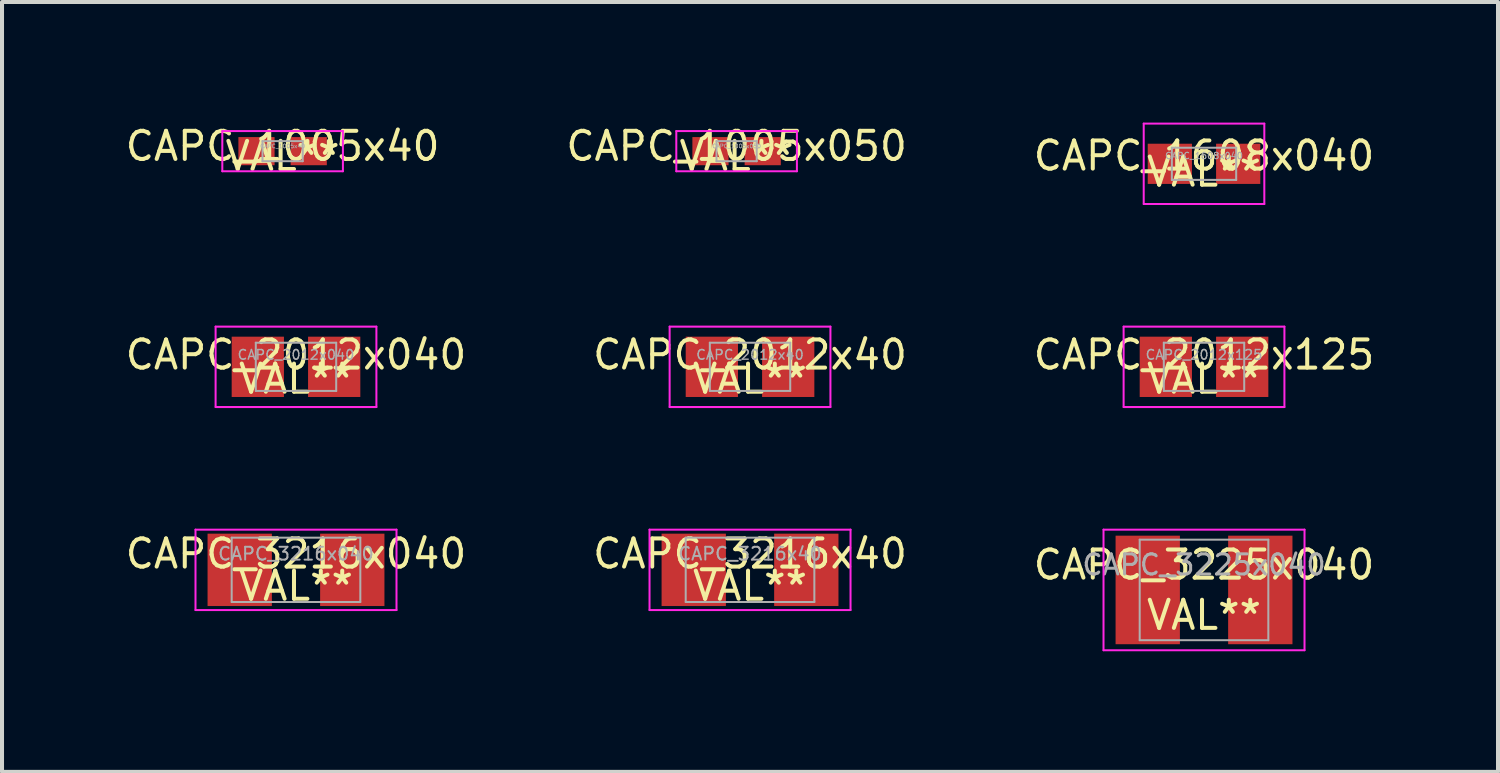
<source format=kicad_pcb>
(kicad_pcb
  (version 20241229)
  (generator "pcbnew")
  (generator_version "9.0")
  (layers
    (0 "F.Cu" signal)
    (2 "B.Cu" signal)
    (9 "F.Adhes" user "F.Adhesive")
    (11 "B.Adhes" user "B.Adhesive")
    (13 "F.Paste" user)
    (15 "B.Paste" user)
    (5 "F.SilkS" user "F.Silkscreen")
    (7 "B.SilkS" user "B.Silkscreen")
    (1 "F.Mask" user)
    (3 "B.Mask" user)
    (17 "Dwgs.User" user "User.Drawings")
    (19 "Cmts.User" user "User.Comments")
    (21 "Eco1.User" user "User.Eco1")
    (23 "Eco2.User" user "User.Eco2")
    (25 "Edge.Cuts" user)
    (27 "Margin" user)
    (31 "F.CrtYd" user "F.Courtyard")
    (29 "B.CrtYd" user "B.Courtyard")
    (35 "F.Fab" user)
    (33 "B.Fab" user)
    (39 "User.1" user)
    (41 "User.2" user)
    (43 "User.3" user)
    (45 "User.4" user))
  (footprint "CAPC_3216x40"
    (layer "F.Cu")
    (at 15.607 11.125)
    (property "Reference" "CAPC_3216x40" (at 0 -0.4 0) (layer "F.Fab") (effects (font (size 0.32 0.32) (thickness 0.048))))
    (property "Value" "VAL**" (at 0 0.4 0) (layer "F.Fab") (hide yes) (effects (font (size 0.32 0.32) (thickness 0.048))))
    (attr smd)
    (fp_line (start -2.5 -1) (end 2.5 -1) (stroke (width 0.05) (type solid)) (layer "F.CrtYd"))
    (fp_line (start -2.5 1) (end -2.5 -1) (stroke (width 0.05) (type solid)) (layer "F.CrtYd"))
    (fp_line (start 2.5 -1) (end 2.5 1) (stroke (width 0.05) (type solid)) (layer "F.CrtYd"))
    (fp_line (start 2.5 1) (end -2.5 1) (stroke (width 0.05) (type solid)) (layer "F.CrtYd"))
    (fp_line (start -1.6 -0.8) (end 1.6 -0.8) (stroke (width 0.05) (type solid)) (layer "F.Fab"))
    (fp_line (start -1.6 0.8) (end -1.6 -0.8) (stroke (width 0.05) (type solid)) (layer "F.Fab"))
    (fp_line (start 1.6 -0.8) (end 1.6 0.8) (stroke (width 0.05) (type solid)) (layer "F.Fab"))
    (fp_line (start 1.6 0.8) (end -1.6 0.8) (stroke (width 0.05) (type solid)) (layer "F.Fab"))
    (fp_text user "${VALUE}" (at 0 0.4 0) (layer "F.SilkS") (effects (font (size 0.7 0.7) (thickness 0.1))))
    (fp_text user "${REFERENCE}" (at 0 -0.4 0) (layer "F.SilkS") (effects (font (size 0.7 0.7) (thickness 0.1))))
    (pad "1" smd rect (at -1.4 0) (size 1.6 1.8) (layers "F.Cu" "F.Mask" "F.Paste"))
    (pad "2" smd rect (at 1.4 0) (size 1.6 1.8) (layers "F.Cu" "F.Mask" "F.Paste")))
  (footprint "CAPC_1608x040"
    (layer "F.Cu")
    (at 26.9 1.025)
    (property "Reference" "CAPC_1608x040" (at 0 -0.2 0) (layer "F.Fab") (effects (font (size 0.16 0.16) (thickness 0.024))))
    (property "Value" "VAL**" (at 0 0.2 0) (layer "F.Fab") (hide yes) (effects (font (size 0.16 0.16) (thickness 0.024))))
    (attr smd)
    (fp_line (start -1.5 -1) (end 1.5 -1) (stroke (width 0.05) (type solid)) (layer "F.CrtYd"))
    (fp_line (start -1.5 1) (end -1.5 -1) (stroke (width 0.05) (type solid)) (layer "F.CrtYd"))
    (fp_line (start 1.5 -1) (end 1.5 1) (stroke (width 0.05) (type solid)) (layer "F.CrtYd"))
    (fp_line (start 1.5 1) (end -1.5 1) (stroke (width 0.05) (type solid)) (layer "F.CrtYd"))
    (fp_line (start -0.8 -0.4) (end 0.8 -0.4) (stroke (width 0.05) (type solid)) (layer "F.Fab"))
    (fp_line (start -0.8 0.4) (end -0.8 -0.4) (stroke (width 0.05) (type solid)) (layer "F.Fab"))
    (fp_line (start 0.8 -0.4) (end 0.8 0.4) (stroke (width 0.05) (type solid)) (layer "F.Fab"))
    (fp_line (start 0.8 0.4) (end -0.8 0.4) (stroke (width 0.05) (type solid)) (layer "F.Fab"))
    (fp_text user "${VALUE}" (at 0 0.2 0) (layer "F.SilkS") (effects (font (size 0.7 0.7) (thickness 0.1))))
    (fp_text user "${REFERENCE}" (at 0 -0.2 0) (layer "F.SilkS") (effects (font (size 0.7 0.7) (thickness 0.1))))
    (pad "1" smd rect (at -0.85 0) (size 1.1 1) (layers "F.Cu" "F.Mask" "F.Paste"))
    (pad "2" smd rect (at 0.85 0) (size 1.1 1) (layers "F.Cu" "F.Mask" "F.Paste")))
  (footprint "CAPC_1005x050"
    (layer "F.Cu")
    (at 15.273 0.71)
    (property "Reference" "CAPC_1005x050" (at 0 -0.125 0) (layer "F.Fab") (effects (font (size 0.1 0.1) (thickness 0.015))))
    (property "Value" "VAL**" (at 0 0.125 0) (layer "F.Fab") (hide yes) (effects (font (size 0.1 0.1) (thickness 0.015))))
    (attr smd)
    (fp_line (start -1.5 -0.5) (end 1.5 -0.5) (stroke (width 0.05) (type solid)) (layer "F.CrtYd"))
    (fp_line (start -1.5 0.5) (end -1.5 -0.5) (stroke (width 0.05) (type solid)) (layer "F.CrtYd"))
    (fp_line (start 1.5 -0.5) (end 1.5 0.5) (stroke (width 0.05) (type solid)) (layer "F.CrtYd"))
    (fp_line (start 1.5 0.5) (end -1.5 0.5) (stroke (width 0.05) (type solid)) (layer "F.CrtYd"))
    (fp_line (start -0.5 -0.25) (end 0.5 -0.25) (stroke (width 0.05) (type solid)) (layer "F.Fab"))
    (fp_line (start -0.5 0.25) (end -0.5 -0.25) (stroke (width 0.05) (type solid)) (layer "F.Fab"))
    (fp_line (start 0.5 -0.25) (end 0.5 0.25) (stroke (width 0.05) (type solid)) (layer "F.Fab"))
    (fp_line (start 0.5 0.25) (end -0.5 0.25) (stroke (width 0.05) (type solid)) (layer "F.Fab"))
    (fp_text user "${VALUE}" (at 0 0.125 0) (layer "F.SilkS") (effects (font (size 0.7 0.7) (thickness 0.1))))
    (fp_text user "${REFERENCE}" (at 0 -0.125 0) (layer "F.SilkS") (effects (font (size 0.7 0.7) (thickness 0.1))))
    (pad "1" smd rect (at -0.65 0) (size 0.9 0.7) (layers "F.Cu" "F.Mask" "F.Paste"))
    (pad "2" smd rect (at 0.65 0) (size 0.9 0.7) (layers "F.Cu" "F.Mask" "F.Paste")))
  (footprint "CAPC_3225x040"
    (layer "F.Cu")
    (at 26.9 11.625)
    (property "Reference" "CAPC_3225x040" (at 0 -0.625 0) (layer "F.Fab") (effects (font (size 0.5 0.5) (thickness 0.075))))
    (property "Value" "VAL**" (at 0 0.625 0) (layer "F.Fab") (hide yes) (effects (font (size 0.5 0.5) (thickness 0.075))))
    (attr smd)
    (fp_line (start -2.5 -1.5) (end 2.5 -1.5) (stroke (width 0.05) (type solid)) (layer "F.CrtYd"))
    (fp_line (start -2.5 1.5) (end -2.5 -1.5) (stroke (width 0.05) (type solid)) (layer "F.CrtYd"))
    (fp_line (start 2.5 -1.5) (end 2.5 1.5) (stroke (width 0.05) (type solid)) (layer "F.CrtYd"))
    (fp_line (start 2.5 1.5) (end -2.5 1.5) (stroke (width 0.05) (type solid)) (layer "F.CrtYd"))
    (fp_line (start -1.6 -1.25) (end 1.6 -1.25) (stroke (width 0.05) (type solid)) (layer "F.Fab"))
    (fp_line (start -1.6 1.25) (end -1.6 -1.25) (stroke (width 0.05) (type solid)) (layer "F.Fab"))
    (fp_line (start 1.6 -1.25) (end 1.6 1.25) (stroke (width 0.05) (type solid)) (layer "F.Fab"))
    (fp_line (start 1.6 1.25) (end -1.6 1.25) (stroke (width 0.05) (type solid)) (layer "F.Fab"))
    (fp_text user "${REFERENCE}" (at 0 -0.625 0) (layer "F.SilkS") (effects (font (size 0.7 0.7) (thickness 0.1))))
    (fp_text user "${VALUE}" (at 0 0.625 0) (layer "F.SilkS") (effects (font (size 0.7 0.7) (thickness 0.1))))
    (pad "1" smd rect (at -1.4 0) (size 1.6 2.7) (layers "F.Cu" "F.Mask" "F.Paste"))
    (pad "2" smd rect (at 1.4 0) (size 1.6 2.7) (layers "F.Cu" "F.Mask" "F.Paste")))
  (footprint "CAPC_2012x125"
    (layer "F.Cu")
    (at 26.9 6.075)
    (property "Reference" "CAPC_2012x125" (at 0 -0.3 0) (layer "F.Fab") (effects (font (size 0.24 0.24) (thickness 0.036))))
    (property "Value" "VAL**" (at 0 0.3 0) (layer "F.Fab") (hide yes) (effects (font (size 0.24 0.24) (thickness 0.036))))
    (attr smd)
    (fp_line (start -2 -1) (end 2 -1) (stroke (width 0.05) (type solid)) (layer "F.CrtYd"))
    (fp_line (start -2 1) (end -2 -1) (stroke (width 0.05) (type solid)) (layer "F.CrtYd"))
    (fp_line (start 2 -1) (end 2 1) (stroke (width 0.05) (type solid)) (layer "F.CrtYd"))
    (fp_line (start 2 1) (end -2 1) (stroke (width 0.05) (type solid)) (layer "F.CrtYd"))
    (fp_line (start -1 -0.6) (end 1 -0.6) (stroke (width 0.05) (type solid)) (layer "F.Fab"))
    (fp_line (start -1 0.6) (end -1 -0.6) (stroke (width 0.05) (type solid)) (layer "F.Fab"))
    (fp_line (start 1 -0.6) (end 1 0.6) (stroke (width 0.05) (type solid)) (layer "F.Fab"))
    (fp_line (start 1 0.6) (end -1 0.6) (stroke (width 0.05) (type solid)) (layer "F.Fab"))
    (fp_text user "${VALUE}" (at 0 0.3 0) (layer "F.SilkS") (effects (font (size 0.7 0.7) (thickness 0.1))))
    (fp_text user "${REFERENCE}" (at 0 -0.3 0) (layer "F.SilkS") (effects (font (size 0.7 0.7) (thickness 0.1))))
    (pad "1" smd rect (at -0.95 0) (size 1.3 1.5) (layers "F.Cu" "F.Mask" "F.Paste"))
    (pad "2" smd rect (at 0.95 0) (size 1.3 1.5) (layers "F.Cu" "F.Mask" "F.Paste")))
  (footprint "CAPC_1005x40"
    (layer "F.Cu")
    (at 3.98 0.71)
    (property "Reference" "CAPC_1005x40" (at 0 -0.125 0) (layer "F.Fab") (effects (font (size 0.1 0.1) (thickness 0.015))))
    (property "Value" "VAL**" (at 0 0.125 0) (layer "F.Fab") (hide yes) (effects (font (size 0.1 0.1) (thickness 0.015))))
    (attr smd)
    (fp_line (start -1.5 -0.5) (end 1.5 -0.5) (stroke (width 0.05) (type solid)) (layer "F.CrtYd"))
    (fp_line (start -1.5 0.5) (end -1.5 -0.5) (stroke (width 0.05) (type solid)) (layer "F.CrtYd"))
    (fp_line (start 1.5 -0.5) (end 1.5 0.5) (stroke (width 0.05) (type solid)) (layer "F.CrtYd"))
    (fp_line (start 1.5 0.5) (end -1.5 0.5) (stroke (width 0.05) (type solid)) (layer "F.CrtYd"))
    (fp_line (start -0.5 -0.25) (end 0.5 -0.25) (stroke (width 0.05) (type solid)) (layer "F.Fab"))
    (fp_line (start -0.5 0.25) (end -0.5 -0.25) (stroke (width 0.05) (type solid)) (layer "F.Fab"))
    (fp_line (start 0.5 -0.25) (end 0.5 0.25) (stroke (width 0.05) (type solid)) (layer "F.Fab"))
    (fp_line (start 0.5 0.25) (end -0.5 0.25) (stroke (width 0.05) (type solid)) (layer "F.Fab"))
    (fp_text user "${REFERENCE}" (at 0 -0.125 0) (layer "F.SilkS") (effects (font (size 0.7 0.7) (thickness 0.1))))
    (fp_text user "${VALUE}" (at 0 0.125 0) (layer "F.SilkS") (effects (font (size 0.7 0.7) (thickness 0.1))))
    (pad "1" smd rect (at -0.65 0) (size 0.9 0.7) (layers "F.Cu" "F.Mask" "F.Paste"))
    (pad "2" smd rect (at 0.65 0) (size 0.9 0.7) (layers "F.Cu" "F.Mask" "F.Paste")))
  (footprint "CAPC_2012x040"
    (layer "F.Cu")
    (at 4.313 6.075)
    (property "Reference" "CAPC_2012x040" (at 0 -0.3 0) (layer "F.Fab") (effects (font (size 0.24 0.24) (thickness 0.036))))
    (property "Value" "VAL**" (at 0 0.3 0) (layer "F.Fab") (hide yes) (effects (font (size 0.24 0.24) (thickness 0.036))))
    (attr smd)
    (fp_line (start -2 -1) (end 2 -1) (stroke (width 0.05) (type solid)) (layer "F.CrtYd"))
    (fp_line (start -2 1) (end -2 -1) (stroke (width 0.05) (type solid)) (layer "F.CrtYd"))
    (fp_line (start 2 -1) (end 2 1) (stroke (width 0.05) (type solid)) (layer "F.CrtYd"))
    (fp_line (start 2 1) (end -2 1) (stroke (width 0.05) (type solid)) (layer "F.CrtYd"))
    (fp_line (start -1 -0.6) (end 1 -0.6) (stroke (width 0.05) (type solid)) (layer "F.Fab"))
    (fp_line (start -1 0.6) (end -1 -0.6) (stroke (width 0.05) (type solid)) (layer "F.Fab"))
    (fp_line (start 1 -0.6) (end 1 0.6) (stroke (width 0.05) (type solid)) (layer "F.Fab"))
    (fp_line (start 1 0.6) (end -1 0.6) (stroke (width 0.05) (type solid)) (layer "F.Fab"))
    (fp_text user "${REFERENCE}" (at 0 -0.3 0) (layer "F.SilkS") (effects (font (size 0.7 0.7) (thickness 0.1))))
    (fp_text user "${VALUE}" (at 0 0.3 0) (layer "F.SilkS") (effects (font (size 0.7 0.7) (thickness 0.1))))
    (pad "1" smd rect (at -0.95 0) (size 1.3 1.5) (layers "F.Cu" "F.Mask" "F.Paste"))
    (pad "2" smd rect (at 0.95 0) (size 1.3 1.5) (layers "F.Cu" "F.Mask" "F.Paste")))
  (footprint "CAPC_2012x40"
    (layer "F.Cu")
    (at 15.607 6.075)
    (property "Reference" "CAPC_2012x40" (at 0 -0.3 0) (layer "F.Fab") (effects (font (size 0.24 0.24) (thickness 0.036))))
    (property "Value" "VAL**" (at 0 0.3 0) (layer "F.Fab") (hide yes) (effects (font (size 0.24 0.24) (thickness 0.036))))
    (attr smd)
    (fp_line (start -2 -1) (end 2 -1) (stroke (width 0.05) (type solid)) (layer "F.CrtYd"))
    (fp_line (start -2 1) (end -2 -1) (stroke (width 0.05) (type solid)) (layer "F.CrtYd"))
    (fp_line (start 2 -1) (end 2 1) (stroke (width 0.05) (type solid)) (layer "F.CrtYd"))
    (fp_line (start 2 1) (end -2 1) (stroke (width 0.05) (type solid)) (layer "F.CrtYd"))
    (fp_line (start -1 -0.6) (end 1 -0.6) (stroke (width 0.05) (type solid)) (layer "F.Fab"))
    (fp_line (start -1 0.6) (end -1 -0.6) (stroke (width 0.05) (type solid)) (layer "F.Fab"))
    (fp_line (start 1 -0.6) (end 1 0.6) (stroke (width 0.05) (type solid)) (layer "F.Fab"))
    (fp_line (start 1 0.6) (end -1 0.6) (stroke (width 0.05) (type solid)) (layer "F.Fab"))
    (fp_text user "${VALUE}" (at 0 0.3 0) (layer "F.SilkS") (effects (font (size 0.7 0.7) (thickness 0.1))))
    (fp_text user "${REFERENCE}" (at 0 -0.3 0) (layer "F.SilkS") (effects (font (size 0.7 0.7) (thickness 0.1))))
    (pad "1" smd rect (at -0.95 0) (size 1.3 1.5) (layers "F.Cu" "F.Mask" "F.Paste"))
    (pad "2" smd rect (at 0.95 0) (size 1.3 1.5) (layers "F.Cu" "F.Mask" "F.Paste")))
  (footprint "CAPC_3216x040"
    (layer "F.Cu")
    (at 4.313 11.125)
    (property "Reference" "CAPC_3216x040" (at 0 -0.4 0) (layer "F.Fab") (effects (font (size 0.32 0.32) (thickness 0.048))))
    (property "Value" "VAL**" (at 0 0.4 0) (layer "F.Fab") (hide yes) (effects (font (size 0.32 0.32) (thickness 0.048))))
    (attr smd)
    (fp_line (start -2.5 -1) (end 2.5 -1) (stroke (width 0.05) (type solid)) (layer "F.CrtYd"))
    (fp_line (start -2.5 1) (end -2.5 -1) (stroke (width 0.05) (type solid)) (layer "F.CrtYd"))
    (fp_line (start 2.5 -1) (end 2.5 1) (stroke (width 0.05) (type solid)) (layer "F.CrtYd"))
    (fp_line (start 2.5 1) (end -2.5 1) (stroke (width 0.05) (type solid)) (layer "F.CrtYd"))
    (fp_line (start -1.6 -0.8) (end 1.6 -0.8) (stroke (width 0.05) (type solid)) (layer "F.Fab"))
    (fp_line (start -1.6 0.8) (end -1.6 -0.8) (stroke (width 0.05) (type solid)) (layer "F.Fab"))
    (fp_line (start 1.6 -0.8) (end 1.6 0.8) (stroke (width 0.05) (type solid)) (layer "F.Fab"))
    (fp_line (start 1.6 0.8) (end -1.6 0.8) (stroke (width 0.05) (type solid)) (layer "F.Fab"))
    (fp_text user "${VALUE}" (at 0 0.4 0) (layer "F.SilkS") (effects (font (size 0.7 0.7) (thickness 0.1))))
    (fp_text user "${REFERENCE}" (at 0 -0.4 0) (layer "F.SilkS") (effects (font (size 0.7 0.7) (thickness 0.1))))
    (pad "1" smd rect (at -1.4 0) (size 1.6 1.8) (layers "F.Cu" "F.Mask" "F.Paste"))
    (pad "2" smd rect (at 1.4 0) (size 1.6 1.8) (layers "F.Cu" "F.Mask" "F.Paste")))
  (gr_rect
    (start -3 -3)
    (end 34.213 16.15)
    (stroke (width 0.1) (type default))
    (fill no)
    (layer "Edge.Cuts")))
</source>
